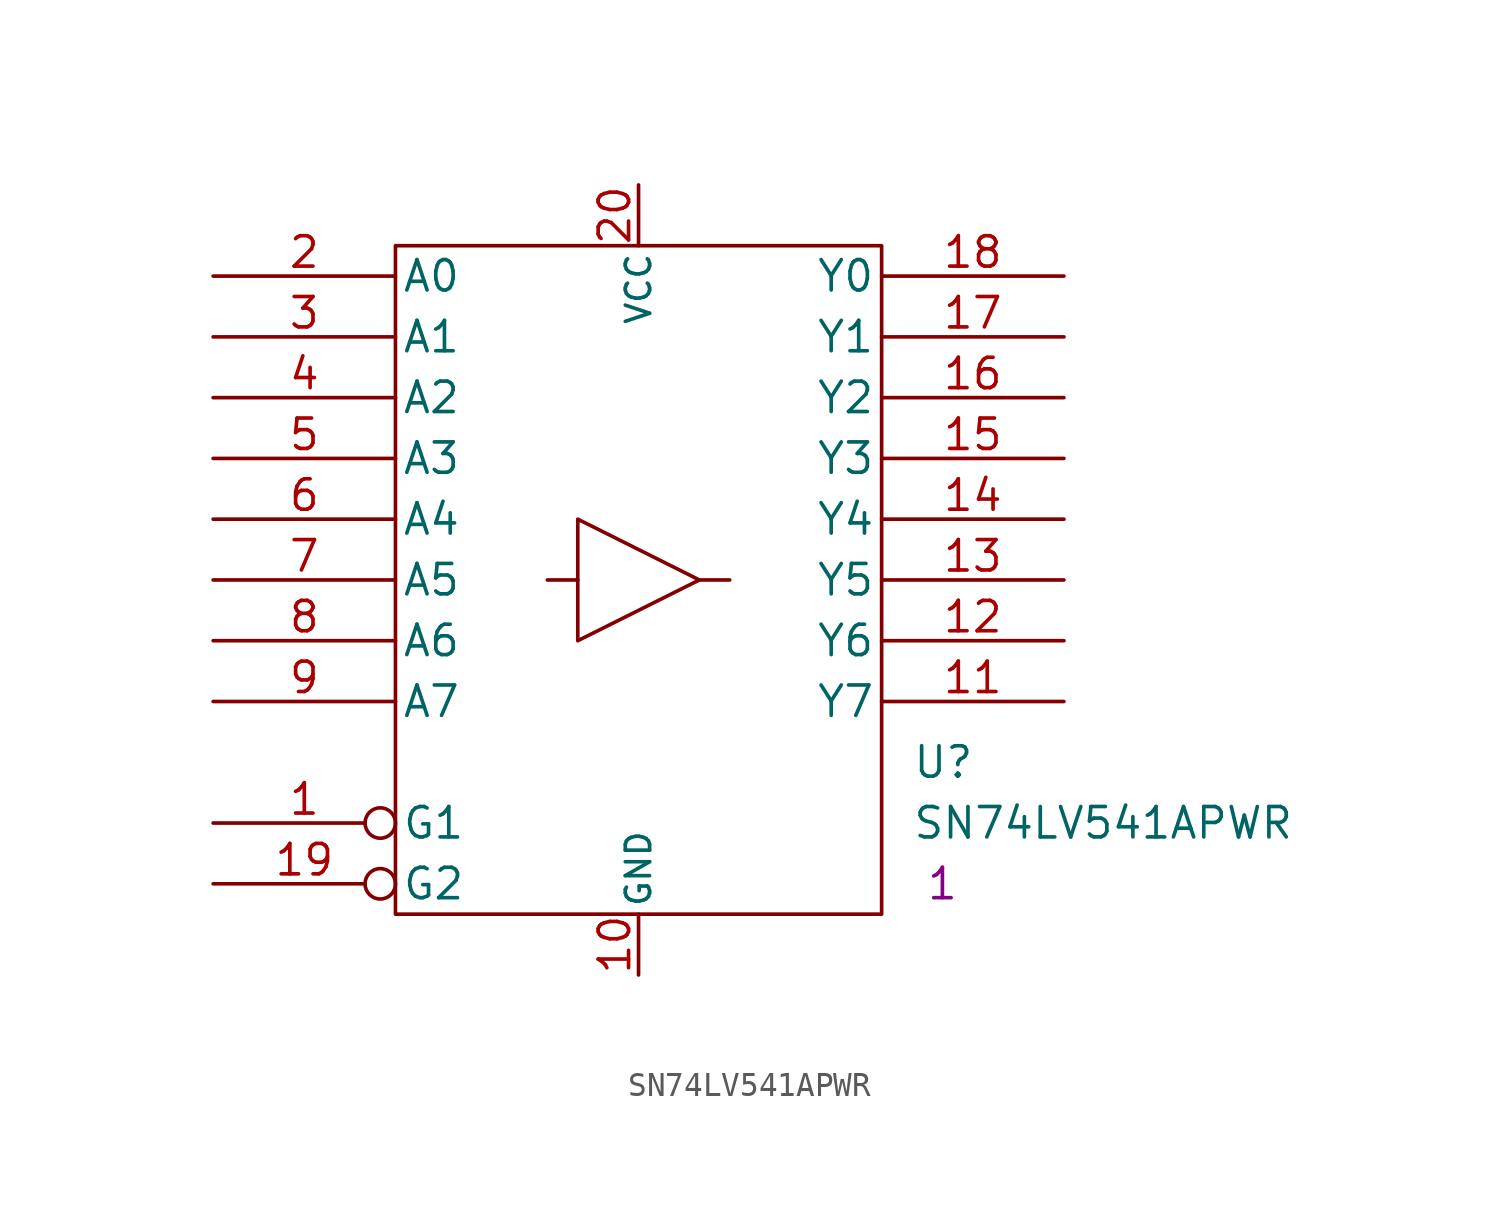
<source format=kicad_sym>
(kicad_symbol_lib
  (version 20211014)
  (generator kicad_symbol_editor)
  (symbol "SN74LV541APWR"
    (pin_names
      (offset 0.254))
    (property "Reference" "U"
      (at 29.21 -20.32 0)
      (effects (font (size 1.27 1.27)) (justify left)))
    (property "Value" "SN74LV541APWR"
      (at 29.21 -22.86 0)
      (effects (font (size 1.27 1.27)) (justify left)))
    (property "Datasheet" ""
      (at 0 0 0)
      (effects (font (size 1.27 1.27))))
    (property "Qty" "1"
      (at 30.48 -25.4 0)
      (effects (font (size 1.27 1.27))))
    (property "Height" ""
      (at 0 0 0)
      (effects (font (size 1.27 1.27))))
    (symbol "SN74LV541APWR_0_0"
      (pin power_in line (at 17.78 -29.21 90) (length 2.54) (name "GND" (effects (font (size 1.016 1.016)))) (number "10" (effects (font (size 1.27 1.27)))))
      (pin power_in line (at 17.78 3.81 270) (length 2.54) (name "VCC" (effects (font (size 1.016 1.016)))) (number "20" (effects (font (size 1.27 1.27))))))
    (symbol "SN74LV541APWR_0_1"
      (polyline (pts (xy 15.24 -12.7) (xy 13.97 -12.7)) (stroke (width 0) (type default) (color 0 0 0 0)) (fill (type none)))
      (polyline (pts (xy 20.32 -12.7) (xy 21.59 -12.7)) (stroke (width 0) (type default) (color 0 0 0 0)) (fill (type none)))
      (polyline (pts (xy 15.24 -10.16) (xy 15.24 -15.24) (xy 20.32 -12.7) (xy 15.24 -10.16)) (stroke (width 0) (type default) (color 0 0 0 0)) (fill (type none)))
      (rectangle (start 7.62 1.27) (end 27.94 -26.67) (stroke (width 0) (type default) (color 0 0 0 0)) (fill (type none))))
    (symbol "SN74LV541APWR_1_1"
      (pin input inverted (at 0 -22.86 0) (length 7.62) (name "G1" (effects (font (size 1.27 1.27)))) (number "1" (effects (font (size 1.27 1.27)))))
      (pin tri_state line (at 35.56 -17.78 180) (length 7.62) (name "Y7" (effects (font (size 1.27 1.27)))) (number "11" (effects (font (size 1.27 1.27)))))
      (pin tri_state line (at 35.56 -15.24 180) (length 7.62) (name "Y6" (effects (font (size 1.27 1.27)))) (number "12" (effects (font (size 1.27 1.27)))))
      (pin tri_state line (at 35.56 -12.7 180) (length 7.62) (name "Y5" (effects (font (size 1.27 1.27)))) (number "13" (effects (font (size 1.27 1.27)))))
      (pin tri_state line (at 35.56 -10.16 180) (length 7.62) (name "Y4" (effects (font (size 1.27 1.27)))) (number "14" (effects (font (size 1.27 1.27)))))
      (pin tri_state line (at 35.56 -7.62 180) (length 7.62) (name "Y3" (effects (font (size 1.27 1.27)))) (number "15" (effects (font (size 1.27 1.27)))))
      (pin tri_state line (at 35.56 -5.08 180) (length 7.62) (name "Y2" (effects (font (size 1.27 1.27)))) (number "16" (effects (font (size 1.27 1.27)))))
      (pin tri_state line (at 35.56 -2.54 180) (length 7.62) (name "Y1" (effects (font (size 1.27 1.27)))) (number "17" (effects (font (size 1.27 1.27)))))
      (pin tri_state line (at 35.56 0 180) (length 7.62) (name "Y0" (effects (font (size 1.27 1.27)))) (number "18" (effects (font (size 1.27 1.27)))))
      (pin input inverted (at 0 -25.4 0) (length 7.62) (name "G2" (effects (font (size 1.27 1.27)))) (number "19" (effects (font (size 1.27 1.27)))))
      (pin input line (at 0 0 0) (length 7.62) (name "A0" (effects (font (size 1.27 1.27)))) (number "2" (effects (font (size 1.27 1.27)))))
      (pin input line (at 0 -2.54 0) (length 7.62) (name "A1" (effects (font (size 1.27 1.27)))) (number "3" (effects (font (size 1.27 1.27)))))
      (pin input line (at 0 -5.08 0) (length 7.62) (name "A2" (effects (font (size 1.27 1.27)))) (number "4" (effects (font (size 1.27 1.27)))))
      (pin input line (at 0 -7.62 0) (length 7.62) (name "A3" (effects (font (size 1.27 1.27)))) (number "5" (effects (font (size 1.27 1.27)))))
      (pin input line (at 0 -10.16 0) (length 7.62) (name "A4" (effects (font (size 1.27 1.27)))) (number "6" (effects (font (size 1.27 1.27)))))
      (pin input line (at 0 -12.7 0) (length 7.62) (name "A5" (effects (font (size 1.27 1.27)))) (number "7" (effects (font (size 1.27 1.27)))))
      (pin input line (at 0 -15.24 0) (length 7.62) (name "A6" (effects (font (size 1.27 1.27)))) (number "8" (effects (font (size 1.27 1.27)))))
      (pin input line (at 0 -17.78 0) (length 7.62) (name "A7" (effects (font (size 1.27 1.27)))) (number "9" (effects (font (size 1.27 1.27))))))))
</source>
